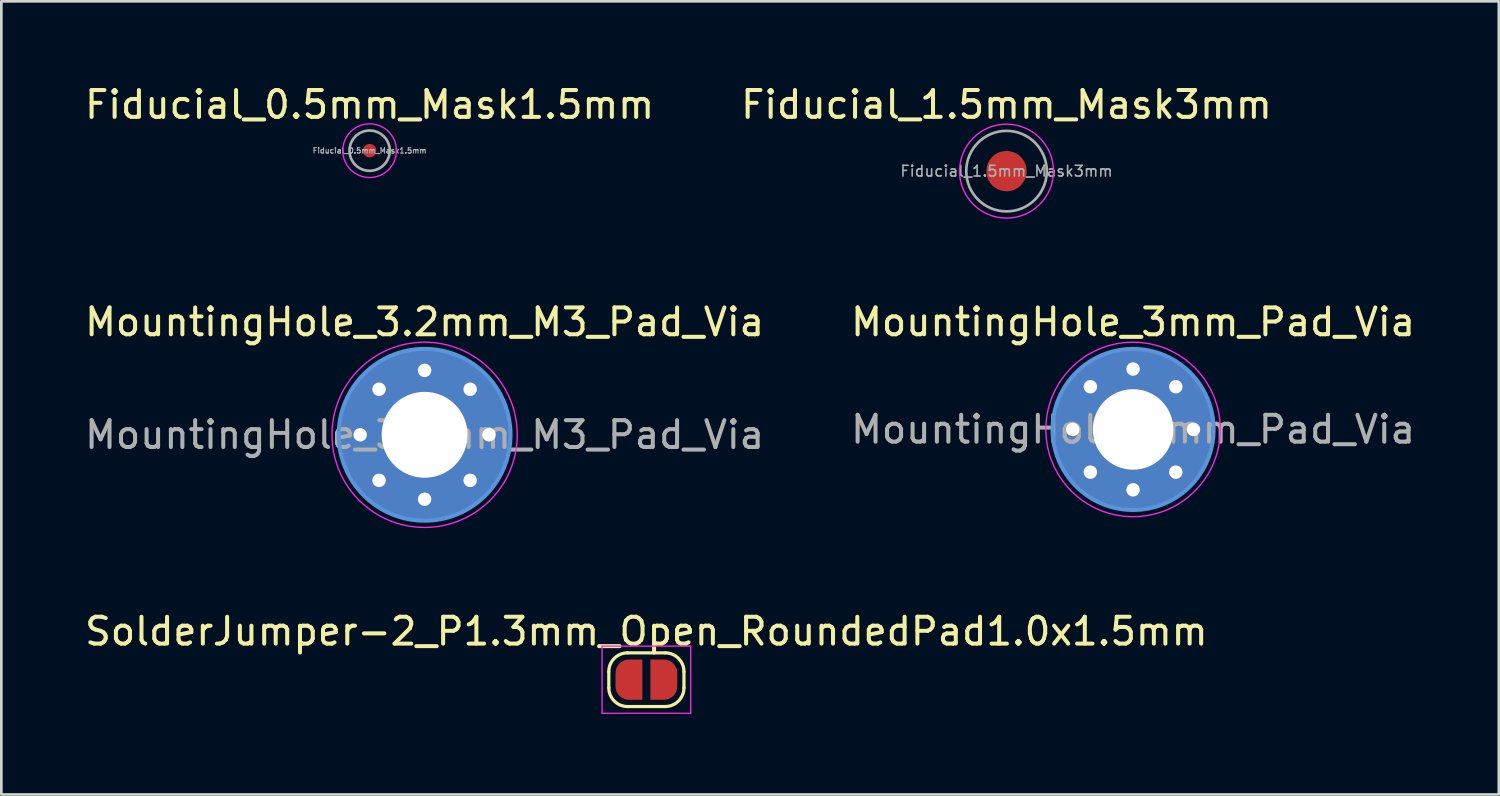
<source format=kicad_pcb>
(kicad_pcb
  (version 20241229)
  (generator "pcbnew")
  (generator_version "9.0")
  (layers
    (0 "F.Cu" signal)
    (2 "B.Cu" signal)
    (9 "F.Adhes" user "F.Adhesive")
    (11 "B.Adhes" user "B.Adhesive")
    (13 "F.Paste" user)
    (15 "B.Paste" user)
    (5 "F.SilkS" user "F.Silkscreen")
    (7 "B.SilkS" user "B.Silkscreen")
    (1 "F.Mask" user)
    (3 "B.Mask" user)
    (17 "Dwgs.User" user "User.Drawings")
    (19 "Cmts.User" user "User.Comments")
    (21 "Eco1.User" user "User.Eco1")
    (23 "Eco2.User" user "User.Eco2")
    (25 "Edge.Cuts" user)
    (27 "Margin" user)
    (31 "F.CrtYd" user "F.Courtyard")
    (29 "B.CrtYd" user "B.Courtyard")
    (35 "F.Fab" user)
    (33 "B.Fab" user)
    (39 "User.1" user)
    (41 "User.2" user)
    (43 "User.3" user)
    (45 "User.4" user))
  (footprint "MountingHole_3.2mm_M3_Pad_Via"
    (layer "F.Cu")
    (at 12.768 13.148)
    (property "Reference" "MountingHole_3.2mm_M3_Pad_Via" (at 0 -4.2 0) (layer "F.SilkS") (effects (font (size 1 1) (thickness 0.15))))
    (attr exclude_from_pos_files exclude_from_bom)
    (fp_circle (center 0 0) (end 3.2 0) (stroke (width 0.15) (type solid)) (fill no) (layer "Cmts.User"))
    (fp_circle (center 0 0) (end 3.45 0) (stroke (width 0.05) (type solid)) (fill no) (layer "F.CrtYd"))
    (fp_text user "${REFERENCE}" (at 0 0 0) (layer "F.Fab") (effects (font (size 1 1) (thickness 0.15))))
    (pad "1" thru_hole circle (at -2.4 0) (size 0.8 0.8) (drill 0.5) (layers "*.Cu" "*.Mask"))
    (pad "1" thru_hole circle (at -1.697 -1.697) (size 0.8 0.8) (drill 0.5) (layers "*.Cu" "*.Mask"))
    (pad "1" thru_hole circle (at -1.697 1.697) (size 0.8 0.8) (drill 0.5) (layers "*.Cu" "*.Mask"))
    (pad "1" thru_hole circle (at 0 -2.4) (size 0.8 0.8) (drill 0.5) (layers "*.Cu" "*.Mask"))
    (pad "1" thru_hole circle (at 0 0) (size 6.4 6.4) (drill 3.2) (layers "*.Cu" "*.Mask"))
    (pad "1" thru_hole circle (at 0 2.4) (size 0.8 0.8) (drill 0.5) (layers "*.Cu" "*.Mask"))
    (pad "1" thru_hole circle (at 1.697 -1.697) (size 0.8 0.8) (drill 0.5) (layers "*.Cu" "*.Mask"))
    (pad "1" thru_hole circle (at 1.697 1.697) (size 0.8 0.8) (drill 0.5) (layers "*.Cu" "*.Mask"))
    (pad "1" thru_hole circle (at 2.4 0) (size 0.8 0.8) (drill 0.5) (layers "*.Cu" "*.Mask")))
  (footprint "Fiducial_1.5mm_Mask3mm"
    (layer "F.Cu")
    (at 34.446 3.325)
    (property "Reference" "Fiducial_1.5mm_Mask3mm" (at 0 -2.477 0) (layer "F.SilkS") (effects (font (size 1 1) (thickness 0.15))))
    (attr smd)
    (fp_circle (center 0 0) (end 1.75 0) (stroke (width 0.05) (type solid)) (fill no) (layer "F.CrtYd"))
    (fp_circle (center 0 0) (end 1.5 0) (stroke (width 0.1) (type solid)) (fill no) (layer "F.Fab"))
    (fp_text user "${REFERENCE}" (at 0 0 0) (layer "F.Fab") (effects (font (size 0.4 0.4) (thickness 0.06))))
    (pad "" smd circle (at 0 0) (size 1.5 1.5) (layers "F.Cu" "F.Mask")))
  (footprint "Fiducial_0.5mm_Mask1.5mm"
    (layer "F.Cu")
    (at 10.72 2.563)
    (property "Reference" "Fiducial_0.5mm_Mask1.5mm" (at 0 -1.714 0) (layer "F.SilkS") (effects (font (size 1 1) (thickness 0.15))))
    (attr smd)
    (fp_circle (center 0 0) (end 1 0) (stroke (width 0.05) (type solid)) (fill no) (layer "F.CrtYd"))
    (fp_circle (center 0 0) (end 0.75 0) (stroke (width 0.1) (type solid)) (fill no) (layer "F.Fab"))
    (fp_text user "${REFERENCE}" (at 0 0 0) (layer "F.Fab") (effects (font (size 0.2 0.2) (thickness 0.04))))
    (pad "" smd circle (at 0 0) (size 0.5 0.5) (layers "F.Cu" "F.Mask")))
  (footprint "SolderJumper-2_P1.3mm_Open_RoundedPad1.0x1.5mm"
    (layer "F.Cu")
    (at 21.03 22.271)
    (property "Reference" "SolderJumper-2_P1.3mm_Open_RoundedPad1.0x1.5mm" (at 0 -1.8 0) (layer "F.SilkS") (effects (font (size 1 1) (thickness 0.15))))
    (attr exclude_from_pos_files exclude_from_bom)
    (fp_line (start -1.4 0.3) (end -1.4 -0.3) (stroke (width 0.12) (type solid)) (layer "F.SilkS"))
    (fp_line (start -0.7 -1) (end 0.7 -1) (stroke (width 0.12) (type solid)) (layer "F.SilkS"))
    (fp_line (start 0.7 1) (end -0.7 1) (stroke (width 0.12) (type solid)) (layer "F.SilkS"))
    (fp_line (start 1.4 -0.3) (end 1.4 0.3) (stroke (width 0.12) (type solid)) (layer "F.SilkS"))
    (fp_arc (start -1.4 -0.3) (mid -1.194975 -0.794975) (end -0.7 -1) (stroke (width 0.12) (type solid)) (layer "F.SilkS"))
    (fp_arc (start -0.7 1) (mid -1.194975 0.794975) (end -1.4 0.3) (stroke (width 0.12) (type solid)) (layer "F.SilkS"))
    (fp_arc (start 0.7 -1) (mid 1.194975 -0.794975) (end 1.4 -0.3) (stroke (width 0.12) (type solid)) (layer "F.SilkS"))
    (fp_arc (start 1.4 0.3) (mid 1.194975 0.794975) (end 0.7 1) (stroke (width 0.12) (type solid)) (layer "F.SilkS"))
    (fp_line (start -1.65 -1.25) (end -1.65 1.25) (stroke (width 0.05) (type solid)) (layer "F.CrtYd"))
    (fp_line (start -1.65 -1.25) (end 1.65 -1.25) (stroke (width 0.05) (type solid)) (layer "F.CrtYd"))
    (fp_line (start 1.65 1.25) (end -1.65 1.25) (stroke (width 0.05) (type solid)) (layer "F.CrtYd"))
    (fp_line (start 1.65 1.25) (end 1.65 -1.25) (stroke (width 0.05) (type solid)) (layer "F.CrtYd"))
    (pad "1" smd custom (at -0.65 0) (size 1 0.5) (layers "F.Cu" "F.Mask") (options (anchor rect)) (primitives (gr_circle (center 0 0.25) (end 0.5 0.25) (width 0) (fill yes)) (gr_circle (center 0 -0.25) (end 0.5 -0.25) (width 0) (fill yes)) (gr_poly (pts (xy 0.5 0.75) (xy 0 0.75) (xy 0 -0.75) (xy 0.5 -0.75)) (width 0) (fill yes))))
    (pad "2" smd custom (at 0.65 0) (size 1 0.5) (layers "F.Cu" "F.Mask") (options (anchor rect)) (primitives (gr_circle (center 0 0.25) (end 0.5 0.25) (width 0) (fill yes)) (gr_circle (center 0 -0.25) (end 0.5 -0.25) (width 0) (fill yes)) (gr_poly (pts (xy 0 0.75) (xy -0.5 0.75) (xy -0.5 -0.75) (xy 0 -0.75)) (width 0) (fill yes)))))
  (footprint "MountingHole_3mm_Pad_Via"
    (layer "F.Cu")
    (at 39.161 12.948)
    (property "Reference" "MountingHole_3mm_Pad_Via" (at 0 -4 0) (layer "F.SilkS") (effects (font (size 1 1) (thickness 0.15))))
    (attr exclude_from_pos_files exclude_from_bom)
    (fp_circle (center 0 0) (end 3 0) (stroke (width 0.15) (type solid)) (fill no) (layer "Cmts.User"))
    (fp_circle (center 0 0) (end 3.25 0) (stroke (width 0.05) (type solid)) (fill no) (layer "F.CrtYd"))
    (fp_text user "${REFERENCE}" (at 0 0 0) (layer "F.Fab") (effects (font (size 1 1) (thickness 0.15))))
    (pad "1" thru_hole circle (at -2.25 0) (size 0.8 0.8) (drill 0.5) (layers "*.Cu" "*.Mask"))
    (pad "1" thru_hole circle (at -1.591 -1.591) (size 0.8 0.8) (drill 0.5) (layers "*.Cu" "*.Mask"))
    (pad "1" thru_hole circle (at -1.591 1.591) (size 0.8 0.8) (drill 0.5) (layers "*.Cu" "*.Mask"))
    (pad "1" thru_hole circle (at 0 -2.25) (size 0.8 0.8) (drill 0.5) (layers "*.Cu" "*.Mask"))
    (pad "1" thru_hole circle (at 0 0) (size 6 6) (drill 3) (layers "*.Cu" "*.Mask"))
    (pad "1" thru_hole circle (at 0 2.25) (size 0.8 0.8) (drill 0.5) (layers "*.Cu" "*.Mask"))
    (pad "1" thru_hole circle (at 1.591 -1.591) (size 0.8 0.8) (drill 0.5) (layers "*.Cu" "*.Mask"))
    (pad "1" thru_hole circle (at 1.591 1.591) (size 0.8 0.8) (drill 0.5) (layers "*.Cu" "*.Mask"))
    (pad "1" thru_hole circle (at 2.25 0) (size 0.8 0.8) (drill 0.5) (layers "*.Cu" "*.Mask")))
  (gr_rect
    (start -3 -3)
    (end 52.786 26.546)
    (stroke (width 0.1) (type default))
    (fill no)
    (layer "Edge.Cuts")))
</source>
